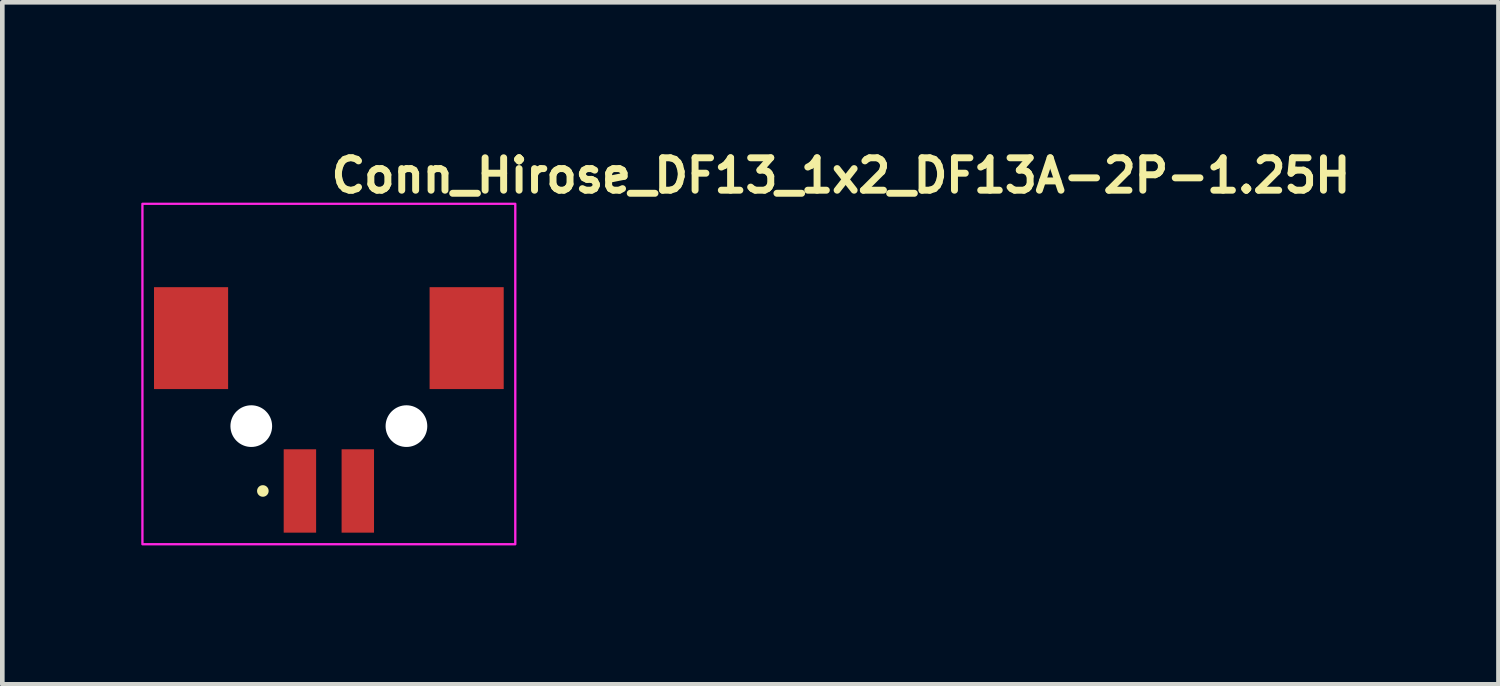
<source format=kicad_pcb>
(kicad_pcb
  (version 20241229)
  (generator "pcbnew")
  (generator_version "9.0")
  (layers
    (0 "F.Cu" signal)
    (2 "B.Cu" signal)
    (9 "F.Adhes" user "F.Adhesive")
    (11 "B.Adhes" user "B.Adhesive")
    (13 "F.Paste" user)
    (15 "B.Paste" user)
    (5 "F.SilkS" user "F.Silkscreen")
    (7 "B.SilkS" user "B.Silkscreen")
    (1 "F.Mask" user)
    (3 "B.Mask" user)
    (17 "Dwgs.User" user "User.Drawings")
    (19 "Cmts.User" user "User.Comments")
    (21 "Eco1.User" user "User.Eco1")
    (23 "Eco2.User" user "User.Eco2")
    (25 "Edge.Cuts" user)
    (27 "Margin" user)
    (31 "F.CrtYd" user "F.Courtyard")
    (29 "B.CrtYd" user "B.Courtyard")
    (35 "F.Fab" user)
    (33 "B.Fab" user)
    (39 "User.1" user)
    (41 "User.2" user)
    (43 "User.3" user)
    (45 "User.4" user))
  (footprint "Conn_Hirose_DF13_1x2_DF13A-2P-1.25H"
    (layer "F.Cu")
    (at 4.025 4.85)
    (property "Reference" "Conn_Hirose_DF13_1x2_DF13A-2P-1.25H" (at 0 -3.7 0) (layer "F.SilkS") (effects (font (size 0.7 0.7) (thickness 0.15)) (justify left bottom)))
    (attr smd)
    (fp_circle (center -1.4 2.7) (end -1.35 2.7) (stroke (width 0.15) (type solid)) (fill yes) (layer "F.SilkS"))
    (fp_rect (start -4 -3.5) (end 4.05 3.85) (stroke (width 0.05) (type solid)) (fill no) (layer "F.CrtYd"))
    (fp_rect (start -3.575 -3.25) (end 3.575 3.25) (stroke (width 0.1) (type solid)) (fill no) (layer "User.5"))
    (fp_line (start -3.575 -1.45) (end -3.575 -0.8) (stroke (width 0.02) (type solid)) (layer "User.9"))
    (fp_line (start -3.575 -1.45) (end -3.458 -1.45) (stroke (width 0.02) (type solid)) (layer "User.9"))
    (fp_line (start -3.575 -0.8) (end -3.458 -0.8) (stroke (width 0.02) (type solid)) (layer "User.9"))
    (fp_line (start -3.575 -0.3) (end -3.575 -0.8) (stroke (width 0.02) (type solid)) (layer "User.9"))
    (fp_line (start -3.575 -0.3) (end -3.575 0.35) (stroke (width 0.02) (type solid)) (layer "User.9"))
    (fp_line (start -3.575 -0.3) (end -3.458 -0.3) (stroke (width 0.02) (type solid)) (layer "User.9"))
    (fp_line (start -3.575 0.35) (end -3.458 0.35) (stroke (width 0.02) (type solid)) (layer "User.9"))
    (fp_line (start -3.458 -1.45) (end -3.458 -1.45) (stroke (width 0.02) (type solid)) (layer "User.9"))
    (fp_line (start -3.458 -1.45) (end -3.175 -1.45) (stroke (width 0.02) (type solid)) (layer "User.9"))
    (fp_line (start -3.458 -0.8) (end -3.458 -0.8) (stroke (width 0.02) (type solid)) (layer "User.9"))
    (fp_line (start -3.458 -0.8) (end -3.175 -0.8) (stroke (width 0.02) (type solid)) (layer "User.9"))
    (fp_line (start -3.458 -0.3) (end -3.458 -0.3) (stroke (width 0.02) (type solid)) (layer "User.9"))
    (fp_line (start -3.458 -0.3) (end -3.175 -0.3) (stroke (width 0.02) (type solid)) (layer "User.9"))
    (fp_line (start -3.458 0.35) (end -3.458 0.35) (stroke (width 0.02) (type solid)) (layer "User.9"))
    (fp_line (start -3.458 0.35) (end -3.175 0.35) (stroke (width 0.02) (type solid)) (layer "User.9"))
    (fp_line (start -3.375 -0.3) (end -3.375 -0.8) (stroke (width 0.02) (type solid)) (layer "User.9"))
    (fp_line (start -3.175 -0.8) (end -2.775 -0.8) (stroke (width 0.02) (type solid)) (layer "User.9"))
    (fp_line (start -3.175 0.35) (end -2.475 0.35) (stroke (width 0.02) (type solid)) (layer "User.9"))
    (fp_line (start -2.825 -2.25) (end -2.075 -2.25) (stroke (width 0.02) (type solid)) (layer "User.9"))
    (fp_line (start -2.825 -1.45) (end -2.825 -2.25) (stroke (width 0.02) (type solid)) (layer "User.9"))
    (fp_line (start -2.825 1.15) (end -2.825 0.35) (stroke (width 0.02) (type solid)) (layer "User.9"))
    (fp_line (start -2.825 1.15) (end -2.075 1.15) (stroke (width 0.02) (type solid)) (layer "User.9"))
    (fp_line (start -2.775 -0.8) (end -2.775 -0.3) (stroke (width 0.02) (type solid)) (layer "User.9"))
    (fp_line (start -2.775 -0.3) (end -3.175 -0.3) (stroke (width 0.02) (type solid)) (layer "User.9"))
    (fp_line (start -2.475 -1.45) (end -3.175 -1.45) (stroke (width 0.02) (type solid)) (layer "User.9"))
    (fp_line (start -2.475 -1.45) (end -2.192 -1.45) (stroke (width 0.02) (type solid)) (layer "User.9"))
    (fp_line (start -2.475 0.35) (end -2.192 0.35) (stroke (width 0.02) (type solid)) (layer "User.9"))
    (fp_line (start -2.285 -1.75) (end -2.075 -1.75) (stroke (width 0.02) (type solid)) (layer "User.9"))
    (fp_line (start -2.285 -1.45) (end -2.285 -1.75) (stroke (width 0.02) (type solid)) (layer "User.9"))
    (fp_line (start -2.285 0.65) (end -2.285 0.35) (stroke (width 0.02) (type solid)) (layer "User.9"))
    (fp_line (start -2.285 0.65) (end -2.075 0.65) (stroke (width 0.02) (type solid)) (layer "User.9"))
    (fp_line (start -2.275 -1.732) (end -2.275 -1.75) (stroke (width 0.02) (type solid)) (layer "User.9"))
    (fp_line (start -2.275 -1.732) (end -2.275 -1.55) (stroke (width 0.02) (type solid)) (layer "User.9"))
    (fp_line (start -2.275 -1.55) (end -2.075 -1.55) (stroke (width 0.02) (type solid)) (layer "User.9"))
    (fp_line (start -2.275 -1.45) (end -2.275 -1.55) (stroke (width 0.02) (type solid)) (layer "User.9"))
    (fp_line (start -2.275 0.451) (end -2.275 0.35) (stroke (width 0.02) (type solid)) (layer "User.9"))
    (fp_line (start -2.275 0.633) (end -2.275 0.451) (stroke (width 0.02) (type solid)) (layer "User.9"))
    (fp_line (start -2.275 0.65) (end -2.275 0.633) (stroke (width 0.02) (type solid)) (layer "User.9"))
    (fp_line (start -2.192 -1.45) (end -2.192 -1.45) (stroke (width 0.02) (type solid)) (layer "User.9"))
    (fp_line (start -2.192 -1.45) (end -2.075 -1.45) (stroke (width 0.02) (type solid)) (layer "User.9"))
    (fp_line (start -2.192 0.35) (end -2.192 0.35) (stroke (width 0.02) (type solid)) (layer "User.9"))
    (fp_line (start -2.192 0.35) (end -2.075 0.35) (stroke (width 0.02) (type solid)) (layer "User.9"))
    (fp_line (start -2.075 -3.25) (end -1.1 -3.25) (stroke (width 0.02) (type solid)) (layer "User.9"))
    (fp_line (start -2.075 0.451) (end -2.275 0.451) (stroke (width 0.02) (type solid)) (layer "User.9"))
    (fp_line (start -2.075 1.75) (end -2.075 -3.25) (stroke (width 0.02) (type solid)) (layer "User.9"))
    (fp_line (start -1.1 -3.25) (end -1.1 1.75) (stroke (width 0.02) (type solid)) (layer "User.9"))
    (fp_line (start -1.1 0.85) (end 1.1 0.85) (stroke (width 0.02) (type solid)) (layer "User.9"))
    (fp_line (start -1.1 1.75) (end -2.075 1.75) (stroke (width 0.02) (type solid)) (layer "User.9"))
    (fp_line (start -1.1 1.75) (end -0.8 1.75) (stroke (width 0.02) (type solid)) (layer "User.9"))
    (fp_line (start -0.8 -2.35) (end -0.8 -1.45) (stroke (width 0.02) (type solid)) (layer "User.9"))
    (fp_line (start -0.8 -2.35) (end -0.725 -2.65) (stroke (width 0.02) (type solid)) (layer "User.9"))
    (fp_line (start -0.8 -2.35) (end -0.45 -2.35) (stroke (width 0.02) (type solid)) (layer "User.9"))
    (fp_line (start -0.8 1.05) (end -0.8 1.2) (stroke (width 0.02) (type solid)) (layer "User.9"))
    (fp_line (start -0.8 1.05) (end -0.45 1.05) (stroke (width 0.02) (type solid)) (layer "User.9"))
    (fp_line (start -0.8 1.3) (end -0.45 1.3) (stroke (width 0.02) (type solid)) (layer "User.9"))
    (fp_line (start -0.8 1.303) (end -0.8 1.05) (stroke (width 0.02) (type solid)) (layer "User.9"))
    (fp_line (start -0.8 1.303) (end -0.8 1.45) (stroke (width 0.02) (type solid)) (layer "User.9"))
    (fp_line (start -0.8 1.45) (end -0.8 1.45) (stroke (width 0.02) (type solid)) (layer "User.9"))
    (fp_line (start -0.8 1.45) (end -0.8 1.75) (stroke (width 0.02) (type solid)) (layer "User.9"))
    (fp_line (start -0.8 1.75) (end -0.8 2.95) (stroke (width 0.02) (type solid)) (layer "User.9"))
    (fp_line (start -0.8 2.95) (end -0.725 3.25) (stroke (width 0.02) (type solid)) (layer "User.9"))
    (fp_line (start -0.725 3.25) (end -0.525 3.25) (stroke (width 0.02) (type solid)) (layer "User.9"))
    (fp_line (start -0.525 -2.65) (end -0.725 -2.65) (stroke (width 0.02) (type solid)) (layer "User.9"))
    (fp_line (start -0.525 -2.65) (end -0.45 -2.35) (stroke (width 0.02) (type solid)) (layer "User.9"))
    (fp_line (start -0.525 3.25) (end -0.45 2.95) (stroke (width 0.02) (type solid)) (layer "User.9"))
    (fp_line (start -0.45 -2.35) (end -0.45 -1.45) (stroke (width 0.02) (type solid)) (layer "User.9"))
    (fp_line (start -0.45 1.05) (end -0.45 1.2) (stroke (width 0.02) (type solid)) (layer "User.9"))
    (fp_line (start -0.45 1.05) (end -0.449 1.05) (stroke (width 0.02) (type solid)) (layer "User.9"))
    (fp_line (start -0.45 1.2) (end -0.45 1.3) (stroke (width 0.02) (type solid)) (layer "User.9"))
    (fp_line (start -0.45 1.3) (end -0.45 1.432) (stroke (width 0.02) (type solid)) (layer "User.9"))
    (fp_line (start -0.45 1.432) (end -0.45 1.432) (stroke (width 0.02) (type solid)) (layer "User.9"))
    (fp_line (start -0.45 1.432) (end -0.45 1.75) (stroke (width 0.02) (type solid)) (layer "User.9"))
    (fp_line (start -0.45 1.55) (end -0.449 1.55) (stroke (width 0.02) (type solid)) (layer "User.9"))
    (fp_line (start -0.45 1.75) (end -0.45 2.95) (stroke (width 0.02) (type solid)) (layer "User.9"))
    (fp_line (start -0.45 2.95) (end -0.8 2.95) (stroke (width 0.02) (type solid)) (layer "User.9"))
    (fp_line (start -0.449 1.05) (end -0.8 1.05) (stroke (width 0.02) (type solid)) (layer "User.9"))
    (fp_line (start -0.449 1.75) (end -0.449 1.05) (stroke (width 0.02) (type solid)) (layer "User.9"))
    (fp_line (start -0.449 1.75) (end 0.449 1.75) (stroke (width 0.02) (type solid)) (layer "User.9"))
    (fp_line (start 0.449 1.05) (end 0.45 1.05) (stroke (width 0.02) (type solid)) (layer "User.9"))
    (fp_line (start 0.449 1.05) (end 0.8 1.05) (stroke (width 0.02) (type solid)) (layer "User.9"))
    (fp_line (start 0.449 1.55) (end 0.45 1.55) (stroke (width 0.02) (type solid)) (layer "User.9"))
    (fp_line (start 0.449 1.75) (end 0.449 1.05) (stroke (width 0.02) (type solid)) (layer "User.9"))
    (fp_line (start 0.45 -2.35) (end 0.45 -1.45) (stroke (width 0.02) (type solid)) (layer "User.9"))
    (fp_line (start 0.45 -2.35) (end 0.525 -2.65) (stroke (width 0.02) (type solid)) (layer "User.9"))
    (fp_line (start 0.45 -2.35) (end 0.8 -2.35) (stroke (width 0.02) (type solid)) (layer "User.9"))
    (fp_line (start 0.45 1.05) (end 0.45 1.2) (stroke (width 0.02) (type solid)) (layer "User.9"))
    (fp_line (start 0.45 1.05) (end 0.8 1.05) (stroke (width 0.02) (type solid)) (layer "User.9"))
    (fp_line (start 0.45 1.2) (end 0.45 1.3) (stroke (width 0.02) (type solid)) (layer "User.9"))
    (fp_line (start 0.45 1.3) (end 0.45 1.432) (stroke (width 0.02) (type solid)) (layer "User.9"))
    (fp_line (start 0.45 1.3) (end 0.8 1.3) (stroke (width 0.02) (type solid)) (layer "User.9"))
    (fp_line (start 0.45 1.432) (end 0.45 1.432) (stroke (width 0.02) (type solid)) (layer "User.9"))
    (fp_line (start 0.45 1.432) (end 0.45 1.75) (stroke (width 0.02) (type solid)) (layer "User.9"))
    (fp_line (start 0.45 1.75) (end 0.45 2.95) (stroke (width 0.02) (type solid)) (layer "User.9"))
    (fp_line (start 0.45 2.95) (end 0.525 3.25) (stroke (width 0.02) (type solid)) (layer "User.9"))
    (fp_line (start 0.525 3.25) (end 0.725 3.25) (stroke (width 0.02) (type solid)) (layer "User.9"))
    (fp_line (start 0.725 -2.65) (end 0.525 -2.65) (stroke (width 0.02) (type solid)) (layer "User.9"))
    (fp_line (start 0.725 -2.65) (end 0.8 -2.35) (stroke (width 0.02) (type solid)) (layer "User.9"))
    (fp_line (start 0.725 3.25) (end 0.8 2.95) (stroke (width 0.02) (type solid)) (layer "User.9"))
    (fp_line (start 0.8 -2.35) (end 0.8 -1.45) (stroke (width 0.02) (type solid)) (layer "User.9"))
    (fp_line (start 0.8 1.05) (end 0.8 1.2) (stroke (width 0.02) (type solid)) (layer "User.9"))
    (fp_line (start 0.8 1.303) (end 0.8 1.05) (stroke (width 0.02) (type solid)) (layer "User.9"))
    (fp_line (start 0.8 1.303) (end 0.8 1.45) (stroke (width 0.02) (type solid)) (layer "User.9"))
    (fp_line (start 0.8 1.45) (end 0.8 1.45) (stroke (width 0.02) (type solid)) (layer "User.9"))
    (fp_line (start 0.8 1.45) (end 0.8 1.75) (stroke (width 0.02) (type solid)) (layer "User.9"))
    (fp_line (start 0.8 1.75) (end 0.8 2.95) (stroke (width 0.02) (type solid)) (layer "User.9"))
    (fp_line (start 0.8 2.95) (end 0.45 2.95) (stroke (width 0.02) (type solid)) (layer "User.9"))
    (fp_line (start 1.1 -3.25) (end -1.1 -3.25) (stroke (width 0.02) (type solid)) (layer "User.9"))
    (fp_line (start 1.1 -3.25) (end 1.1 1.75) (stroke (width 0.02) (type solid)) (layer "User.9"))
    (fp_line (start 1.1 -1.45) (end -1.1 -1.45) (stroke (width 0.02) (type solid)) (layer "User.9"))
    (fp_line (start 1.1 1.75) (end 0.8 1.75) (stroke (width 0.02) (type solid)) (layer "User.9"))
    (fp_line (start 1.1 1.75) (end 2.075 1.75) (stroke (width 0.02) (type solid)) (layer "User.9"))
    (fp_line (start 2.075 -3.25) (end 1.1 -3.25) (stroke (width 0.02) (type solid)) (layer "User.9"))
    (fp_line (start 2.075 0.451) (end 2.275 0.451) (stroke (width 0.02) (type solid)) (layer "User.9"))
    (fp_line (start 2.075 1.75) (end 2.075 -3.25) (stroke (width 0.02) (type solid)) (layer "User.9"))
    (fp_line (start 2.192 -1.45) (end 2.075 -1.45) (stroke (width 0.02) (type solid)) (layer "User.9"))
    (fp_line (start 2.192 -1.45) (end 2.192 -1.45) (stroke (width 0.02) (type solid)) (layer "User.9"))
    (fp_line (start 2.192 0.35) (end 2.075 0.35) (stroke (width 0.02) (type solid)) (layer "User.9"))
    (fp_line (start 2.192 0.35) (end 2.192 0.35) (stroke (width 0.02) (type solid)) (layer "User.9"))
    (fp_line (start 2.275 -1.732) (end 2.275 -1.75) (stroke (width 0.02) (type solid)) (layer "User.9"))
    (fp_line (start 2.275 -1.732) (end 2.275 -1.55) (stroke (width 0.02) (type solid)) (layer "User.9"))
    (fp_line (start 2.275 -1.55) (end 2.075 -1.55) (stroke (width 0.02) (type solid)) (layer "User.9"))
    (fp_line (start 2.275 -1.45) (end 2.275 -1.55) (stroke (width 0.02) (type solid)) (layer "User.9"))
    (fp_line (start 2.275 0.451) (end 2.275 0.35) (stroke (width 0.02) (type solid)) (layer "User.9"))
    (fp_line (start 2.275 0.633) (end 2.275 0.451) (stroke (width 0.02) (type solid)) (layer "User.9"))
    (fp_line (start 2.275 0.65) (end 2.275 0.633) (stroke (width 0.02) (type solid)) (layer "User.9"))
    (fp_line (start 2.285 -1.75) (end 2.075 -1.75) (stroke (width 0.02) (type solid)) (layer "User.9"))
    (fp_line (start 2.285 -1.45) (end 2.285 -1.75) (stroke (width 0.02) (type solid)) (layer "User.9"))
    (fp_line (start 2.285 0.65) (end 2.075 0.65) (stroke (width 0.02) (type solid)) (layer "User.9"))
    (fp_line (start 2.285 0.65) (end 2.285 0.35) (stroke (width 0.02) (type solid)) (layer "User.9"))
    (fp_line (start 2.475 -1.45) (end 2.192 -1.45) (stroke (width 0.02) (type solid)) (layer "User.9"))
    (fp_line (start 2.475 -1.45) (end 3.175 -1.45) (stroke (width 0.02) (type solid)) (layer "User.9"))
    (fp_line (start 2.475 0.35) (end 2.192 0.35) (stroke (width 0.02) (type solid)) (layer "User.9"))
    (fp_line (start 2.775 -0.8) (end 2.775 -0.3) (stroke (width 0.02) (type solid)) (layer "User.9"))
    (fp_line (start 2.775 -0.3) (end 3.175 -0.3) (stroke (width 0.02) (type solid)) (layer "User.9"))
    (fp_line (start 2.825 -2.25) (end 2.075 -2.25) (stroke (width 0.02) (type solid)) (layer "User.9"))
    (fp_line (start 2.825 -1.45) (end 2.825 -2.25) (stroke (width 0.02) (type solid)) (layer "User.9"))
    (fp_line (start 2.825 1.15) (end 2.075 1.15) (stroke (width 0.02) (type solid)) (layer "User.9"))
    (fp_line (start 2.825 1.15) (end 2.825 0.35) (stroke (width 0.02) (type solid)) (layer "User.9"))
    (fp_line (start 3.175 -0.8) (end 2.775 -0.8) (stroke (width 0.02) (type solid)) (layer "User.9"))
    (fp_line (start 3.175 0.35) (end 2.475 0.35) (stroke (width 0.02) (type solid)) (layer "User.9"))
    (fp_line (start 3.375 -0.3) (end 3.375 -0.8) (stroke (width 0.02) (type solid)) (layer "User.9"))
    (fp_line (start 3.458 -1.45) (end 3.175 -1.45) (stroke (width 0.02) (type solid)) (layer "User.9"))
    (fp_line (start 3.458 -1.45) (end 3.458 -1.45) (stroke (width 0.02) (type solid)) (layer "User.9"))
    (fp_line (start 3.458 -0.8) (end 3.175 -0.8) (stroke (width 0.02) (type solid)) (layer "User.9"))
    (fp_line (start 3.458 -0.8) (end 3.458 -0.8) (stroke (width 0.02) (type solid)) (layer "User.9"))
    (fp_line (start 3.458 -0.3) (end 3.175 -0.3) (stroke (width 0.02) (type solid)) (layer "User.9"))
    (fp_line (start 3.458 -0.3) (end 3.458 -0.3) (stroke (width 0.02) (type solid)) (layer "User.9"))
    (fp_line (start 3.458 0.35) (end 3.175 0.35) (stroke (width 0.02) (type solid)) (layer "User.9"))
    (fp_line (start 3.458 0.35) (end 3.458 0.35) (stroke (width 0.02) (type solid)) (layer "User.9"))
    (fp_line (start 3.575 -1.45) (end 3.458 -1.45) (stroke (width 0.02) (type solid)) (layer "User.9"))
    (fp_line (start 3.575 -1.45) (end 3.575 -0.8) (stroke (width 0.02) (type solid)) (layer "User.9"))
    (fp_line (start 3.575 -0.8) (end 3.458 -0.8) (stroke (width 0.02) (type solid)) (layer "User.9"))
    (fp_line (start 3.575 -0.3) (end 3.458 -0.3) (stroke (width 0.02) (type solid)) (layer "User.9"))
    (fp_line (start 3.575 -0.3) (end 3.575 -0.8) (stroke (width 0.02) (type solid)) (layer "User.9"))
    (fp_line (start 3.575 -0.3) (end 3.575 0.35) (stroke (width 0.02) (type solid)) (layer "User.9"))
    (fp_line (start 3.575 0.35) (end 3.458 0.35) (stroke (width 0.02) (type solid)) (layer "User.9"))
    (pad "" np_thru_hole circle (at -1.65 1.3 180) (size 0.9 0.9) (drill 0.9) (layers "*.Cu" "*.Mask"))
    (pad "" np_thru_hole circle (at 1.7 1.3 180) (size 0.9 0.9) (drill 0.9) (layers "*.Cu" "*.Mask"))
    (pad "1" smd rect (at -0.6 2.7 180) (size 0.7 1.8) (layers "F.Cu" "F.Mask" "F.Paste"))
    (pad "2" smd rect (at 0.65 2.7 180) (size 0.7 1.8) (layers "F.Cu" "F.Mask" "F.Paste"))
    (pad "MP" smd rect (at -2.95 -0.6 180) (size 1.6 2.2) (layers "F.Cu" "F.Mask" "F.Paste"))
    (pad "MP" smd rect (at 3 -0.6 180) (size 1.6 2.2) (layers "F.Cu" "F.Mask" "F.Paste")))
  (gr_rect
    (start -3 -3)
    (end 29.302 11.725)
    (stroke (width 0.1) (type default))
    (fill no)
    (layer "Edge.Cuts")))
</source>
